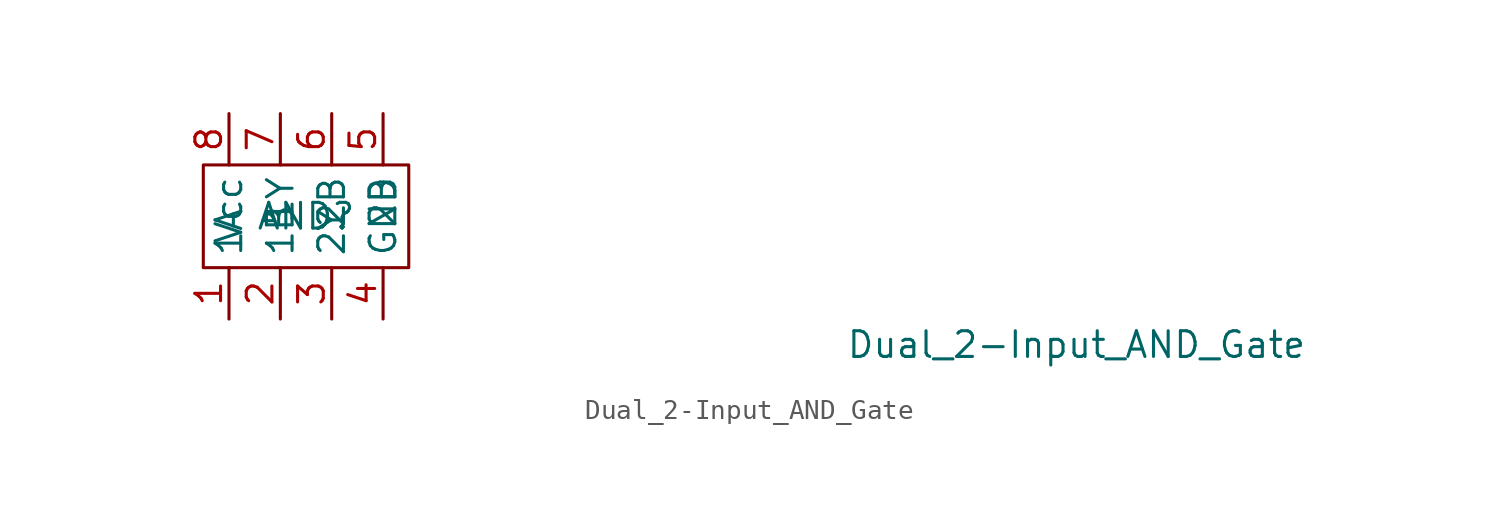
<source format=kicad_sym>
(kicad_symbol_lib
  (version 20211014)
  (generator kicad_symbol_editor)
  (symbol "Dual_2-Input_AND_Gate"
    (property "Reference" "AND"
      (at 0 0 0)
      (effects (font (size 1.27 1.27))))
    (property "Value" "Dual_2-Input_AND_Gate"
      (at 38.1 -6.35 0)
      (effects (font (size 1.27 1.27))))
    (symbol "Dual_2-Input_AND_Gate_0_1"
      (rectangle (start -5.08 2.54) (end 5.08 -2.54) (stroke (width 0) (type default) (color 0 0 0 0)) (fill (type none))))
    (symbol "Dual_2-Input_AND_Gate_1_1"
      (pin input line (at -3.81 -5.08 90) (length 2.54) (name "1A" (effects (font (size 1.27 1.27)))) (number "1" (effects (font (size 1.27 1.27)))))
      (pin input line (at -1.27 -5.08 90) (length 2.54) (name "1B" (effects (font (size 1.27 1.27)))) (number "2" (effects (font (size 1.27 1.27)))))
      (pin output line (at 1.27 -5.08 90) (length 2.54) (name "2Y" (effects (font (size 1.27 1.27)))) (number "3" (effects (font (size 1.27 1.27)))))
      (pin power_out line (at 3.81 -5.08 90) (length 2.54) (name "GND" (effects (font (size 1.27 1.27)))) (number "4" (effects (font (size 1.27 1.27)))))
      (pin input line (at 3.81 5.08 270) (length 2.54) (name "2B" (effects (font (size 1.27 1.27)))) (number "5" (effects (font (size 1.27 1.27)))))
      (pin input line (at 1.27 5.08 270) (length 2.54) (name "2B" (effects (font (size 1.27 1.27)))) (number "6" (effects (font (size 1.27 1.27)))))
      (pin output line (at -1.27 5.08 270) (length 2.54) (name "1Y" (effects (font (size 1.27 1.27)))) (number "7" (effects (font (size 1.27 1.27)))))
      (pin power_in line (at -3.81 5.08 270) (length 2.54) (name "Vcc" (effects (font (size 1.27 1.27)))) (number "8" (effects (font (size 1.27 1.27))))))))
</source>
